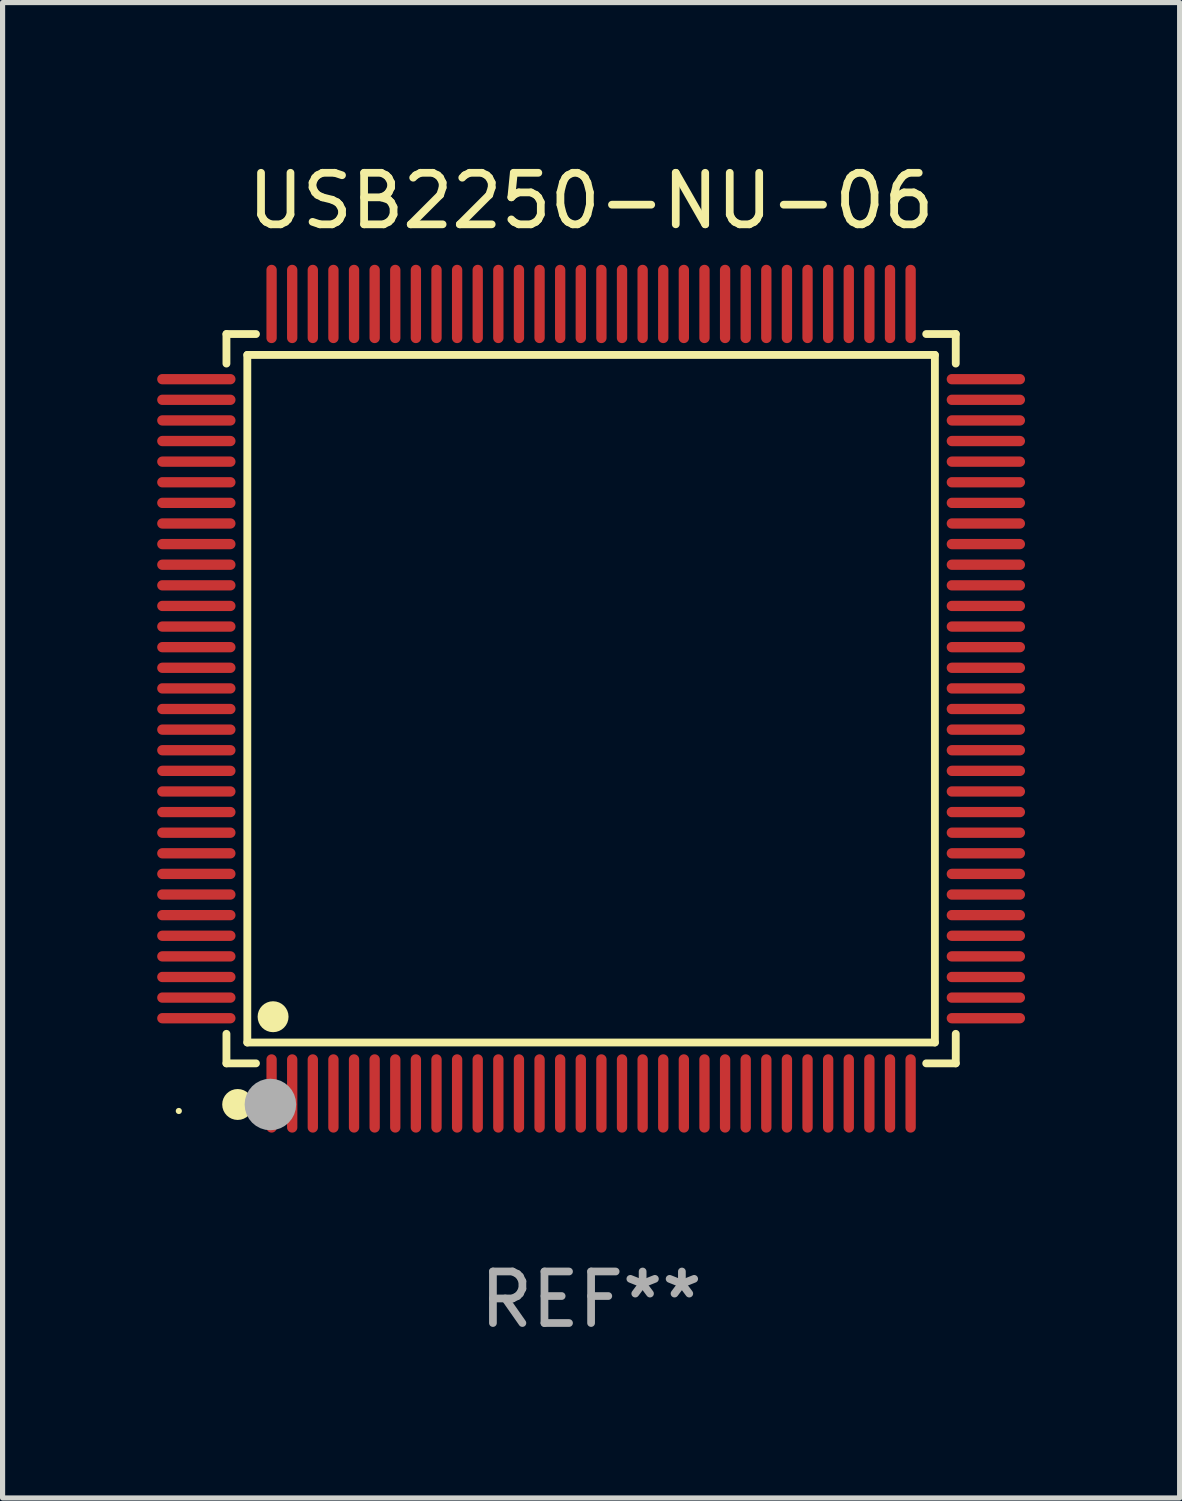
<source format=kicad_pcb>
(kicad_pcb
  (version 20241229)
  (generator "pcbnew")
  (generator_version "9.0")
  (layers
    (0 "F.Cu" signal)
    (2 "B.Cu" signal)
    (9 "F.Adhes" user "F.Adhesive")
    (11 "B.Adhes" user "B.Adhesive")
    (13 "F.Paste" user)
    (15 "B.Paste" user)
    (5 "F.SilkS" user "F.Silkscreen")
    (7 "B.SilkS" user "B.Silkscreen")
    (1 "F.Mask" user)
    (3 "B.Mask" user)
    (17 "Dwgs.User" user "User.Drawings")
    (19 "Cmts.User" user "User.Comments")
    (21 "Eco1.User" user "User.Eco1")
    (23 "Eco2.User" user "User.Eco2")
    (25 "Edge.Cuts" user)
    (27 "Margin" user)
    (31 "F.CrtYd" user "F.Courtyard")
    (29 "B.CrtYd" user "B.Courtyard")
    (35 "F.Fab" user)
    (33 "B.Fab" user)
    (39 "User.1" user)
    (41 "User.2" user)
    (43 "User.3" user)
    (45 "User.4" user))
  (footprint "USB2250-NU-06"
    (layer "F.Cu")
    (at 8.42 10.508)
    (property "Reference" "USB2250-NU-06" (at 0 -9.66 0) (layer "F.SilkS") (effects (font (size 1 1) (thickness 0.15))))
    (attr through_hole)
    (fp_line (start -7.076 -7.076) (end -6.503 -7.076) (stroke (width 0.152) (type solid)) (layer "F.SilkS"))
    (fp_line (start -7.076 -6.503) (end -7.076 -7.076) (stroke (width 0.152) (type solid)) (layer "F.SilkS"))
    (fp_line (start -7.076 6.503) (end -7.076 7.076) (stroke (width 0.152) (type solid)) (layer "F.SilkS"))
    (fp_line (start -7.076 7.076) (end -6.503 7.076) (stroke (width 0.152) (type solid)) (layer "F.SilkS"))
    (fp_line (start -6.671 -6.671) (end 6.671 -6.671) (stroke (width 0.152) (type solid)) (layer "F.SilkS"))
    (fp_line (start -6.671 6.671) (end -6.671 -6.671) (stroke (width 0.152) (type solid)) (layer "F.SilkS"))
    (fp_line (start 6.671 -6.671) (end 6.671 6.671) (stroke (width 0.152) (type solid)) (layer "F.SilkS"))
    (fp_line (start 6.671 6.671) (end -6.671 6.671) (stroke (width 0.152) (type solid)) (layer "F.SilkS"))
    (fp_line (start 7.076 -7.076) (end 6.503 -7.076) (stroke (width 0.152) (type solid)) (layer "F.SilkS"))
    (fp_line (start 7.076 -6.503) (end 7.076 -7.076) (stroke (width 0.152) (type solid)) (layer "F.SilkS"))
    (fp_line (start 7.076 6.503) (end 7.076 7.076) (stroke (width 0.152) (type solid)) (layer "F.SilkS"))
    (fp_line (start 7.076 7.076) (end 6.503 7.076) (stroke (width 0.152) (type solid)) (layer "F.SilkS"))
    (fp_circle (center -8 8) (end -7.97 8) (stroke (width 0.06) (type solid)) (fill no) (layer "F.SilkS"))
    (fp_circle (center -6.858 7.874) (end -6.708 7.874) (stroke (width 0.3) (type solid)) (fill no) (layer "F.SilkS"))
    (fp_circle (center -6.171 6.171) (end -6.021 6.171) (stroke (width 0.3) (type solid)) (fill no) (layer "F.SilkS"))
    (fp_circle (center -6.223 7.874) (end -5.973 7.874) (stroke (width 0.5) (type solid)) (fill no) (layer "F.Fab"))
    (fp_text user "REF**" (at 0 11.66 0) (layer "F.Fab") (effects (font (size 1 1) (thickness 0.15))))
    (pad "1" smd oval (at -6.2 7.66) (size 0.2 1.52) (layers "F.Cu" "F.Mask" "F.Paste"))
    (pad "2" smd oval (at -5.8 7.66) (size 0.2 1.52) (layers "F.Cu" "F.Mask" "F.Paste"))
    (pad "3" smd oval (at -5.4 7.66) (size 0.2 1.52) (layers "F.Cu" "F.Mask" "F.Paste"))
    (pad "4" smd oval (at -5 7.66) (size 0.2 1.52) (layers "F.Cu" "F.Mask" "F.Paste"))
    (pad "5" smd oval (at -4.6 7.66) (size 0.2 1.52) (layers "F.Cu" "F.Mask" "F.Paste"))
    (pad "6" smd oval (at -4.2 7.66) (size 0.2 1.52) (layers "F.Cu" "F.Mask" "F.Paste"))
    (pad "7" smd oval (at -3.8 7.66) (size 0.2 1.52) (layers "F.Cu" "F.Mask" "F.Paste"))
    (pad "8" smd oval (at -3.4 7.66) (size 0.2 1.52) (layers "F.Cu" "F.Mask" "F.Paste"))
    (pad "9" smd oval (at -3 7.66) (size 0.2 1.52) (layers "F.Cu" "F.Mask" "F.Paste"))
    (pad "10" smd oval (at -2.6 7.66) (size 0.2 1.52) (layers "F.Cu" "F.Mask" "F.Paste"))
    (pad "11" smd oval (at -2.2 7.66) (size 0.2 1.52) (layers "F.Cu" "F.Mask" "F.Paste"))
    (pad "12" smd oval (at -1.8 7.66) (size 0.2 1.52) (layers "F.Cu" "F.Mask" "F.Paste"))
    (pad "13" smd oval (at -1.4 7.66) (size 0.2 1.52) (layers "F.Cu" "F.Mask" "F.Paste"))
    (pad "14" smd oval (at -1 7.66) (size 0.2 1.52) (layers "F.Cu" "F.Mask" "F.Paste"))
    (pad "15" smd oval (at -0.6 7.66) (size 0.2 1.52) (layers "F.Cu" "F.Mask" "F.Paste"))
    (pad "16" smd oval (at -0.2 7.66) (size 0.2 1.52) (layers "F.Cu" "F.Mask" "F.Paste"))
    (pad "17" smd oval (at 0.2 7.66) (size 0.2 1.52) (layers "F.Cu" "F.Mask" "F.Paste"))
    (pad "18" smd oval (at 0.6 7.66) (size 0.2 1.52) (layers "F.Cu" "F.Mask" "F.Paste"))
    (pad "19" smd oval (at 1 7.66) (size 0.2 1.52) (layers "F.Cu" "F.Mask" "F.Paste"))
    (pad "20" smd oval (at 1.4 7.66) (size 0.2 1.52) (layers "F.Cu" "F.Mask" "F.Paste"))
    (pad "21" smd oval (at 1.8 7.66) (size 0.2 1.52) (layers "F.Cu" "F.Mask" "F.Paste"))
    (pad "22" smd oval (at 2.2 7.66) (size 0.2 1.52) (layers "F.Cu" "F.Mask" "F.Paste"))
    (pad "23" smd oval (at 2.6 7.66) (size 0.2 1.52) (layers "F.Cu" "F.Mask" "F.Paste"))
    (pad "24" smd oval (at 3 7.66) (size 0.2 1.52) (layers "F.Cu" "F.Mask" "F.Paste"))
    (pad "25" smd oval (at 3.4 7.66) (size 0.2 1.52) (layers "F.Cu" "F.Mask" "F.Paste"))
    (pad "26" smd oval (at 3.8 7.66) (size 0.2 1.52) (layers "F.Cu" "F.Mask" "F.Paste"))
    (pad "27" smd oval (at 4.2 7.66) (size 0.2 1.52) (layers "F.Cu" "F.Mask" "F.Paste"))
    (pad "28" smd oval (at 4.6 7.66) (size 0.2 1.52) (layers "F.Cu" "F.Mask" "F.Paste"))
    (pad "29" smd oval (at 5 7.66) (size 0.2 1.52) (layers "F.Cu" "F.Mask" "F.Paste"))
    (pad "30" smd oval (at 5.4 7.66) (size 0.2 1.52) (layers "F.Cu" "F.Mask" "F.Paste"))
    (pad "31" smd oval (at 5.8 7.66) (size 0.2 1.52) (layers "F.Cu" "F.Mask" "F.Paste"))
    (pad "32" smd oval (at 6.2 7.66) (size 0.2 1.52) (layers "F.Cu" "F.Mask" "F.Paste"))
    (pad "33" smd oval (at 7.66 6.2) (size 1.52 0.2) (layers "F.Cu" "F.Mask" "F.Paste"))
    (pad "34" smd oval (at 7.66 5.8) (size 1.52 0.2) (layers "F.Cu" "F.Mask" "F.Paste"))
    (pad "35" smd oval (at 7.66 5.4) (size 1.52 0.2) (layers "F.Cu" "F.Mask" "F.Paste"))
    (pad "36" smd oval (at 7.66 5) (size 1.52 0.2) (layers "F.Cu" "F.Mask" "F.Paste"))
    (pad "37" smd oval (at 7.66 4.6) (size 1.52 0.2) (layers "F.Cu" "F.Mask" "F.Paste"))
    (pad "38" smd oval (at 7.66 4.2) (size 1.52 0.2) (layers "F.Cu" "F.Mask" "F.Paste"))
    (pad "39" smd oval (at 7.66 3.8) (size 1.52 0.2) (layers "F.Cu" "F.Mask" "F.Paste"))
    (pad "40" smd oval (at 7.66 3.4) (size 1.52 0.2) (layers "F.Cu" "F.Mask" "F.Paste"))
    (pad "41" smd oval (at 7.66 3) (size 1.52 0.2) (layers "F.Cu" "F.Mask" "F.Paste"))
    (pad "42" smd oval (at 7.66 2.6) (size 1.52 0.2) (layers "F.Cu" "F.Mask" "F.Paste"))
    (pad "43" smd oval (at 7.66 2.2) (size 1.52 0.2) (layers "F.Cu" "F.Mask" "F.Paste"))
    (pad "44" smd oval (at 7.66 1.8) (size 1.52 0.2) (layers "F.Cu" "F.Mask" "F.Paste"))
    (pad "45" smd oval (at 7.66 1.4) (size 1.52 0.2) (layers "F.Cu" "F.Mask" "F.Paste"))
    (pad "46" smd oval (at 7.66 1) (size 1.52 0.2) (layers "F.Cu" "F.Mask" "F.Paste"))
    (pad "47" smd oval (at 7.66 0.6) (size 1.52 0.2) (layers "F.Cu" "F.Mask" "F.Paste"))
    (pad "48" smd oval (at 7.66 0.2) (size 1.52 0.2) (layers "F.Cu" "F.Mask" "F.Paste"))
    (pad "49" smd oval (at 7.66 -0.2) (size 1.52 0.2) (layers "F.Cu" "F.Mask" "F.Paste"))
    (pad "50" smd oval (at 7.66 -0.6) (size 1.52 0.2) (layers "F.Cu" "F.Mask" "F.Paste"))
    (pad "51" smd oval (at 7.66 -1) (size 1.52 0.2) (layers "F.Cu" "F.Mask" "F.Paste"))
    (pad "52" smd oval (at 7.66 -1.4) (size 1.52 0.2) (layers "F.Cu" "F.Mask" "F.Paste"))
    (pad "53" smd oval (at 7.66 -1.8) (size 1.52 0.2) (layers "F.Cu" "F.Mask" "F.Paste"))
    (pad "54" smd oval (at 7.66 -2.2) (size 1.52 0.2) (layers "F.Cu" "F.Mask" "F.Paste"))
    (pad "55" smd oval (at 7.66 -2.6) (size 1.52 0.2) (layers "F.Cu" "F.Mask" "F.Paste"))
    (pad "56" smd oval (at 7.66 -3) (size 1.52 0.2) (layers "F.Cu" "F.Mask" "F.Paste"))
    (pad "57" smd oval (at 7.66 -3.4) (size 1.52 0.2) (layers "F.Cu" "F.Mask" "F.Paste"))
    (pad "58" smd oval (at 7.66 -3.8) (size 1.52 0.2) (layers "F.Cu" "F.Mask" "F.Paste"))
    (pad "59" smd oval (at 7.66 -4.2) (size 1.52 0.2) (layers "F.Cu" "F.Mask" "F.Paste"))
    (pad "60" smd oval (at 7.66 -4.6) (size 1.52 0.2) (layers "F.Cu" "F.Mask" "F.Paste"))
    (pad "61" smd oval (at 7.66 -5) (size 1.52 0.2) (layers "F.Cu" "F.Mask" "F.Paste"))
    (pad "62" smd oval (at 7.66 -5.4) (size 1.52 0.2) (layers "F.Cu" "F.Mask" "F.Paste"))
    (pad "63" smd oval (at 7.66 -5.8) (size 1.52 0.2) (layers "F.Cu" "F.Mask" "F.Paste"))
    (pad "64" smd oval (at 7.66 -6.2) (size 1.52 0.2) (layers "F.Cu" "F.Mask" "F.Paste"))
    (pad "65" smd oval (at 6.2 -7.66) (size 0.2 1.52) (layers "F.Cu" "F.Mask" "F.Paste"))
    (pad "66" smd oval (at 5.8 -7.66) (size 0.2 1.52) (layers "F.Cu" "F.Mask" "F.Paste"))
    (pad "67" smd oval (at 5.4 -7.66) (size 0.2 1.52) (layers "F.Cu" "F.Mask" "F.Paste"))
    (pad "68" smd oval (at 5 -7.66) (size 0.2 1.52) (layers "F.Cu" "F.Mask" "F.Paste"))
    (pad "69" smd oval (at 4.6 -7.66) (size 0.2 1.52) (layers "F.Cu" "F.Mask" "F.Paste"))
    (pad "70" smd oval (at 4.2 -7.66) (size 0.2 1.52) (layers "F.Cu" "F.Mask" "F.Paste"))
    (pad "71" smd oval (at 3.8 -7.66) (size 0.2 1.52) (layers "F.Cu" "F.Mask" "F.Paste"))
    (pad "72" smd oval (at 3.4 -7.66) (size 0.2 1.52) (layers "F.Cu" "F.Mask" "F.Paste"))
    (pad "73" smd oval (at 3 -7.66) (size 0.2 1.52) (layers "F.Cu" "F.Mask" "F.Paste"))
    (pad "74" smd oval (at 2.6 -7.66) (size 0.2 1.52) (layers "F.Cu" "F.Mask" "F.Paste"))
    (pad "75" smd oval (at 2.2 -7.66) (size 0.2 1.52) (layers "F.Cu" "F.Mask" "F.Paste"))
    (pad "76" smd oval (at 1.8 -7.66) (size 0.2 1.52) (layers "F.Cu" "F.Mask" "F.Paste"))
    (pad "77" smd oval (at 1.4 -7.66) (size 0.2 1.52) (layers "F.Cu" "F.Mask" "F.Paste"))
    (pad "78" smd oval (at 1 -7.66) (size 0.2 1.52) (layers "F.Cu" "F.Mask" "F.Paste"))
    (pad "79" smd oval (at 0.6 -7.66) (size 0.2 1.52) (layers "F.Cu" "F.Mask" "F.Paste"))
    (pad "80" smd oval (at 0.2 -7.66) (size 0.2 1.52) (layers "F.Cu" "F.Mask" "F.Paste"))
    (pad "81" smd oval (at -0.2 -7.66) (size 0.2 1.52) (layers "F.Cu" "F.Mask" "F.Paste"))
    (pad "82" smd oval (at -0.6 -7.66) (size 0.2 1.52) (layers "F.Cu" "F.Mask" "F.Paste"))
    (pad "83" smd oval (at -1 -7.66) (size 0.2 1.52) (layers "F.Cu" "F.Mask" "F.Paste"))
    (pad "84" smd oval (at -1.4 -7.66) (size 0.2 1.52) (layers "F.Cu" "F.Mask" "F.Paste"))
    (pad "85" smd oval (at -1.8 -7.66) (size 0.2 1.52) (layers "F.Cu" "F.Mask" "F.Paste"))
    (pad "86" smd oval (at -2.2 -7.66) (size 0.2 1.52) (layers "F.Cu" "F.Mask" "F.Paste"))
    (pad "87" smd oval (at -2.6 -7.66) (size 0.2 1.52) (layers "F.Cu" "F.Mask" "F.Paste"))
    (pad "88" smd oval (at -3 -7.66) (size 0.2 1.52) (layers "F.Cu" "F.Mask" "F.Paste"))
    (pad "89" smd oval (at -3.4 -7.66) (size 0.2 1.52) (layers "F.Cu" "F.Mask" "F.Paste"))
    (pad "90" smd oval (at -3.8 -7.66) (size 0.2 1.52) (layers "F.Cu" "F.Mask" "F.Paste"))
    (pad "91" smd oval (at -4.2 -7.66) (size 0.2 1.52) (layers "F.Cu" "F.Mask" "F.Paste"))
    (pad "92" smd oval (at -4.6 -7.66) (size 0.2 1.52) (layers "F.Cu" "F.Mask" "F.Paste"))
    (pad "93" smd oval (at -5 -7.66) (size 0.2 1.52) (layers "F.Cu" "F.Mask" "F.Paste"))
    (pad "94" smd oval (at -5.4 -7.66) (size 0.2 1.52) (layers "F.Cu" "F.Mask" "F.Paste"))
    (pad "95" smd oval (at -5.8 -7.66) (size 0.2 1.52) (layers "F.Cu" "F.Mask" "F.Paste"))
    (pad "96" smd oval (at -6.2 -7.66) (size 0.2 1.52) (layers "F.Cu" "F.Mask" "F.Paste"))
    (pad "97" smd oval (at -7.66 -6.2) (size 1.52 0.2) (layers "F.Cu" "F.Mask" "F.Paste"))
    (pad "98" smd oval (at -7.66 -5.8) (size 1.52 0.2) (layers "F.Cu" "F.Mask" "F.Paste"))
    (pad "99" smd oval (at -7.66 -5.4) (size 1.52 0.2) (layers "F.Cu" "F.Mask" "F.Paste"))
    (pad "100" smd oval (at -7.66 -5) (size 1.52 0.2) (layers "F.Cu" "F.Mask" "F.Paste"))
    (pad "101" smd oval (at -7.66 -4.6) (size 1.52 0.2) (layers "F.Cu" "F.Mask" "F.Paste"))
    (pad "102" smd oval (at -7.66 -4.2) (size 1.52 0.2) (layers "F.Cu" "F.Mask" "F.Paste"))
    (pad "103" smd oval (at -7.66 -3.8) (size 1.52 0.2) (layers "F.Cu" "F.Mask" "F.Paste"))
    (pad "104" smd oval (at -7.66 -3.4) (size 1.52 0.2) (layers "F.Cu" "F.Mask" "F.Paste"))
    (pad "105" smd oval (at -7.66 -3) (size 1.52 0.2) (layers "F.Cu" "F.Mask" "F.Paste"))
    (pad "106" smd oval (at -7.66 -2.6) (size 1.52 0.2) (layers "F.Cu" "F.Mask" "F.Paste"))
    (pad "107" smd oval (at -7.66 -2.2) (size 1.52 0.2) (layers "F.Cu" "F.Mask" "F.Paste"))
    (pad "108" smd oval (at -7.66 -1.8) (size 1.52 0.2) (layers "F.Cu" "F.Mask" "F.Paste"))
    (pad "109" smd oval (at -7.66 -1.4) (size 1.52 0.2) (layers "F.Cu" "F.Mask" "F.Paste"))
    (pad "110" smd oval (at -7.66 -1) (size 1.52 0.2) (layers "F.Cu" "F.Mask" "F.Paste"))
    (pad "111" smd oval (at -7.66 -0.6) (size 1.52 0.2) (layers "F.Cu" "F.Mask" "F.Paste"))
    (pad "112" smd oval (at -7.66 -0.2) (size 1.52 0.2) (layers "F.Cu" "F.Mask" "F.Paste"))
    (pad "113" smd oval (at -7.66 0.2) (size 1.52 0.2) (layers "F.Cu" "F.Mask" "F.Paste"))
    (pad "114" smd oval (at -7.66 0.6) (size 1.52 0.2) (layers "F.Cu" "F.Mask" "F.Paste"))
    (pad "115" smd oval (at -7.66 1) (size 1.52 0.2) (layers "F.Cu" "F.Mask" "F.Paste"))
    (pad "116" smd oval (at -7.66 1.4) (size 1.52 0.2) (layers "F.Cu" "F.Mask" "F.Paste"))
    (pad "117" smd oval (at -7.66 1.8) (size 1.52 0.2) (layers "F.Cu" "F.Mask" "F.Paste"))
    (pad "118" smd oval (at -7.66 2.2) (size 1.52 0.2) (layers "F.Cu" "F.Mask" "F.Paste"))
    (pad "119" smd oval (at -7.66 2.6) (size 1.52 0.2) (layers "F.Cu" "F.Mask" "F.Paste"))
    (pad "120" smd oval (at -7.66 3) (size 1.52 0.2) (layers "F.Cu" "F.Mask" "F.Paste"))
    (pad "121" smd oval (at -7.66 3.4) (size 1.52 0.2) (layers "F.Cu" "F.Mask" "F.Paste"))
    (pad "122" smd oval (at -7.66 3.8) (size 1.52 0.2) (layers "F.Cu" "F.Mask" "F.Paste"))
    (pad "123" smd oval (at -7.66 4.2) (size 1.52 0.2) (layers "F.Cu" "F.Mask" "F.Paste"))
    (pad "124" smd oval (at -7.66 4.6) (size 1.52 0.2) (layers "F.Cu" "F.Mask" "F.Paste"))
    (pad "125" smd oval (at -7.66 5) (size 1.52 0.2) (layers "F.Cu" "F.Mask" "F.Paste"))
    (pad "126" smd oval (at -7.66 5.4) (size 1.52 0.2) (layers "F.Cu" "F.Mask" "F.Paste"))
    (pad "127" smd oval (at -7.66 5.8) (size 1.52 0.2) (layers "F.Cu" "F.Mask" "F.Paste"))
    (pad "128" smd oval (at -7.66 6.2) (size 1.52 0.2) (layers "F.Cu" "F.Mask" "F.Paste")))
  (gr_rect
    (start -3 -3)
    (end 19.84 26.017)
    (stroke (width 0.1) (type default))
    (fill no)
    (layer "Edge.Cuts")))
</source>
